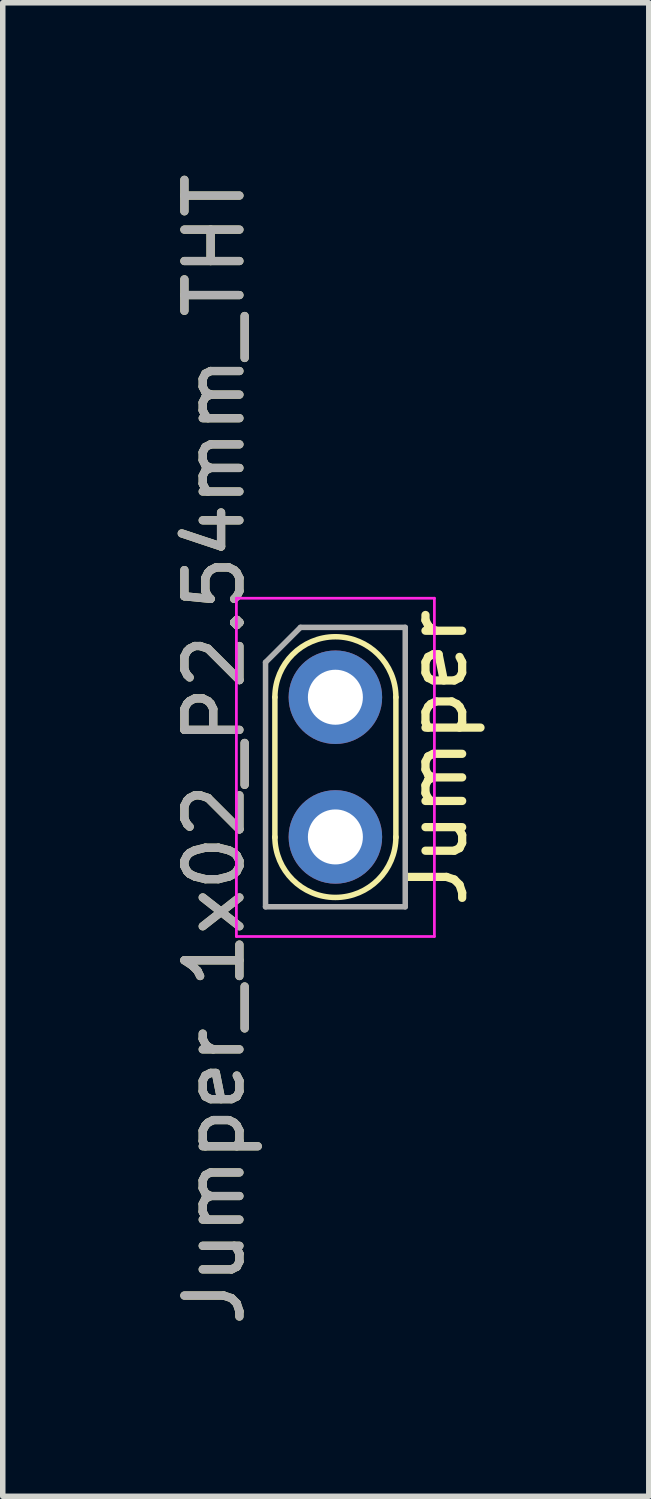
<source format=kicad_pcb>
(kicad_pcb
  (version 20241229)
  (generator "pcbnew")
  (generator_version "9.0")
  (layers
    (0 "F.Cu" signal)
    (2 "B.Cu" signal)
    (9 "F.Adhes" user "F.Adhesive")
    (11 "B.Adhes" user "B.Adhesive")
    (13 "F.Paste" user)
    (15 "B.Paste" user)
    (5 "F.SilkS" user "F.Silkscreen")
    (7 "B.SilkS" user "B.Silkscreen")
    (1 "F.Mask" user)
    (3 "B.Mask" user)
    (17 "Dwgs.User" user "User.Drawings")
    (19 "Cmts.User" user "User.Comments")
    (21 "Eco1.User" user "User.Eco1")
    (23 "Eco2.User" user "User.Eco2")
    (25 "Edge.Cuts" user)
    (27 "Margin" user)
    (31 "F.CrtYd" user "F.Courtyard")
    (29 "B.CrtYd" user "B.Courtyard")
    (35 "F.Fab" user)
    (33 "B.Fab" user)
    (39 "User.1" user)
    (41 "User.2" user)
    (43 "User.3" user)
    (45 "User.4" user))
  (footprint "Jumper_1x02_P2.54mm_THT"
    (layer "F.Cu")
    (at 3.048 9.627)
    (property "Reference" "Jumper_1x02_P2.54mm_THT" (at -2.2 0.95 90) (layer "F.SilkS") (effects (font (size 1 1) (thickness 0.15))))
    (property "Value" "Jumper" (at 1.85 1.1 270) (layer "F.Fab") (hide yes) (effects (font (size 1 1) (thickness 0.15))))
    (attr through_hole)
    (fp_line (start -1.1 2.55) (end -1.1 0) (stroke (width 0.1) (type solid)) (layer "F.SilkS"))
    (fp_line (start 1.1 0) (end 1.1 2.55) (stroke (width 0.1) (type solid)) (layer "F.SilkS"))
    (fp_arc (start -1.1 0) (mid 0 -1.1) (end 1.1 0) (stroke (width 0.1) (type solid)) (layer "F.SilkS"))
    (fp_arc (start 1.1 2.54) (mid 0 3.64) (end -1.1 2.54) (stroke (width 0.1) (type solid)) (layer "F.SilkS"))
    (fp_line (start -1.8 -1.8) (end -1.8 4.35) (stroke (width 0.05) (type solid)) (layer "F.CrtYd"))
    (fp_line (start -1.8 4.35) (end 1.8 4.35) (stroke (width 0.05) (type solid)) (layer "F.CrtYd"))
    (fp_line (start 1.8 -1.8) (end -1.8 -1.8) (stroke (width 0.05) (type solid)) (layer "F.CrtYd"))
    (fp_line (start 1.8 4.35) (end 1.8 -1.8) (stroke (width 0.05) (type solid)) (layer "F.CrtYd"))
    (fp_line (start -1.27 -0.635) (end -0.635 -1.27) (stroke (width 0.1) (type solid)) (layer "F.Fab"))
    (fp_line (start -1.27 3.81) (end -1.27 -0.635) (stroke (width 0.1) (type solid)) (layer "F.Fab"))
    (fp_line (start -0.635 -1.27) (end 1.27 -1.27) (stroke (width 0.1) (type solid)) (layer "F.Fab"))
    (fp_line (start 1.27 -1.27) (end 1.27 3.81) (stroke (width 0.1) (type solid)) (layer "F.Fab"))
    (fp_line (start 1.27 3.81) (end -1.27 3.81) (stroke (width 0.1) (type solid)) (layer "F.Fab"))
    (fp_text user "${VALUE}" (at 1.85 1.1 90) (layer "F.SilkS") (effects (font (size 1 1) (thickness 0.15))))
    (fp_text user "${REFERENCE}" (at -2.2 0.95 90) (layer "F.Fab") (effects (font (size 1 1) (thickness 0.15))))
    (pad "1" thru_hole circle (at 0 0) (size 1.7 1.7) (drill 1) (layers "*.Cu" "*.Mask"))
    (pad "2" thru_hole oval (at 0 2.54) (size 1.7 1.7) (drill 1) (layers "*.Cu" "*.Mask")))
  (gr_rect
    (start -3 -3)
    (end 8.746 24.155)
    (stroke (width 0.1) (type default))
    (fill no)
    (layer "Edge.Cuts")))
</source>
